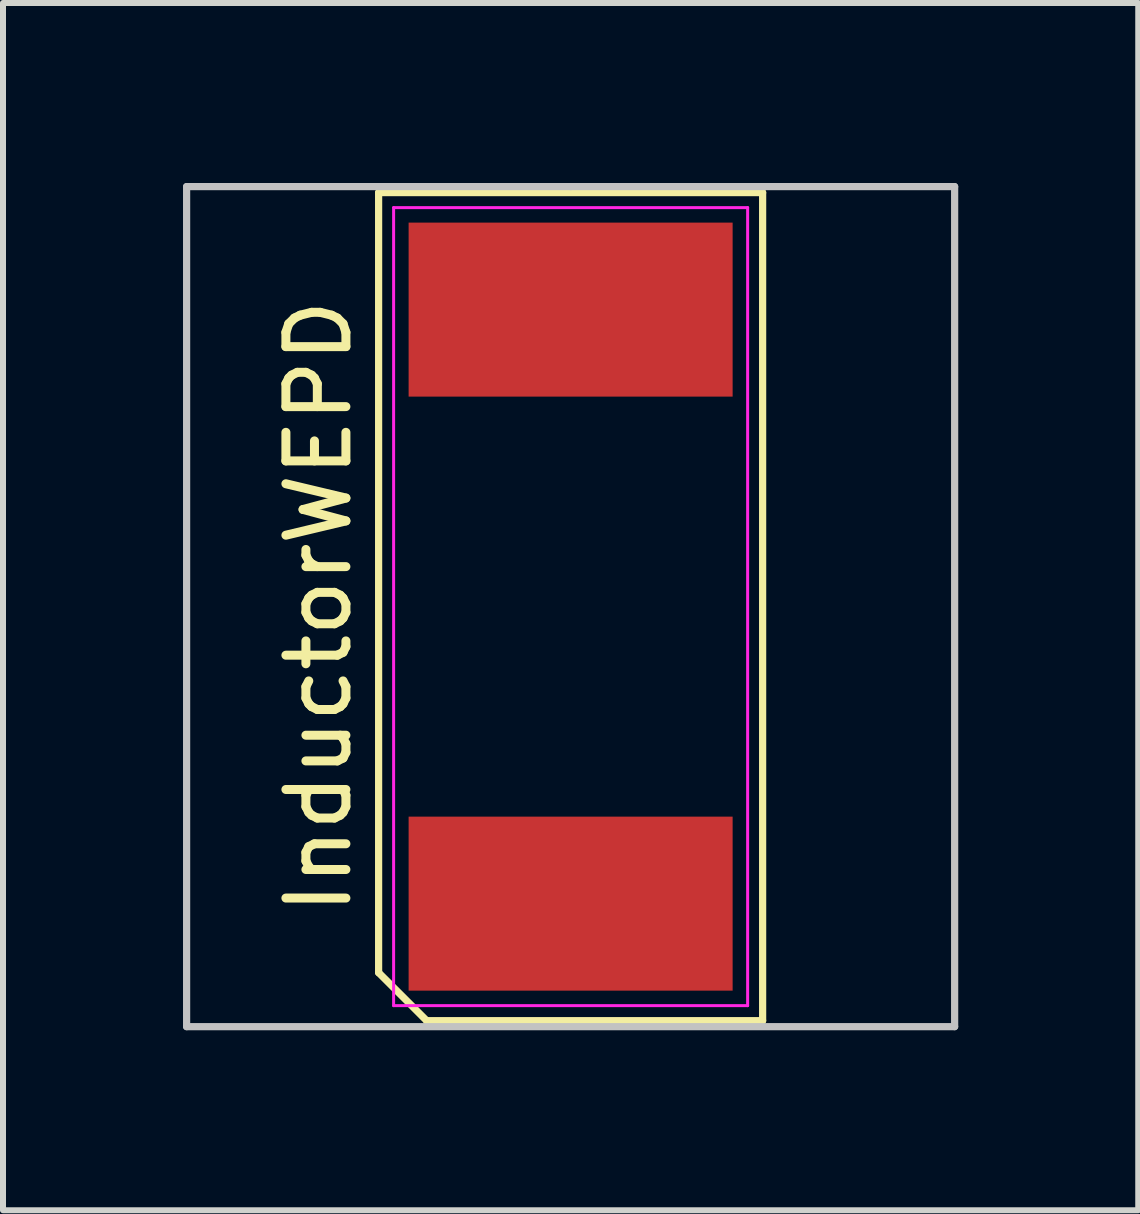
<source format=kicad_pcb>
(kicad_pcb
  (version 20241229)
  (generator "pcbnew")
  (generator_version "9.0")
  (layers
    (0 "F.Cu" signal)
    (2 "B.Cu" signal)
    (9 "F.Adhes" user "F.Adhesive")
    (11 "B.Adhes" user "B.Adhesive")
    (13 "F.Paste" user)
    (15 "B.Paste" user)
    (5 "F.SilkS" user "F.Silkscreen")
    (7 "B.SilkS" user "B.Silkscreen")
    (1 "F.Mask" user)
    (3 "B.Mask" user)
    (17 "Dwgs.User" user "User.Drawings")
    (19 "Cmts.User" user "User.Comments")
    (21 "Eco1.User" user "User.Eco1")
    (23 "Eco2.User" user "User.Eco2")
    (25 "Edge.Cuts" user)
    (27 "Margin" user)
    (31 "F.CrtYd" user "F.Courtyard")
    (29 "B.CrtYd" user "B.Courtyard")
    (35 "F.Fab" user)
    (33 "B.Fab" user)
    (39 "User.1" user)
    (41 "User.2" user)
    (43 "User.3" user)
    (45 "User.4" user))
  (footprint "InductorWEPD"
    (layer "F.Cu")
    (at 6.46 7.06)
    (property "Reference" "InductorWEPD" (at -4.2 0 90) (layer "F.SilkS") (effects (font (size 1 1) (thickness 0.15))))
    (attr smd)
    (fp_line (start -3.2 -6.9) (end 3.2 -6.9) (stroke (width 0.12) (type solid)) (layer "F.SilkS"))
    (fp_line (start -3.2 6.1) (end -3.2 -6.9) (stroke (width 0.12) (type solid)) (layer "F.SilkS"))
    (fp_line (start -2.4 6.9) (end -3.2 6.1) (stroke (width 0.12) (type solid)) (layer "F.SilkS"))
    (fp_line (start 3.2 -6.9) (end 3.2 6.9) (stroke (width 0.12) (type solid)) (layer "F.SilkS"))
    (fp_line (start 3.2 6.9) (end -2.4 6.9) (stroke (width 0.12) (type solid)) (layer "F.SilkS"))
    (fp_line (start -6.4 -7) (end -6.4 7) (stroke (width 0.12) (type solid)) (layer "Dwgs.User"))
    (fp_line (start 0 -7) (end -6.4 -7) (stroke (width 0.12) (type solid)) (layer "Dwgs.User"))
    (fp_line (start 0 -7) (end 6.4 -7) (stroke (width 0.12) (type solid)) (layer "Dwgs.User"))
    (fp_line (start 6.4 -7) (end 6.4 7) (stroke (width 0.12) (type solid)) (layer "Dwgs.User"))
    (fp_line (start 6.4 7) (end -6.4 7) (stroke (width 0.12) (type solid)) (layer "Dwgs.User"))
    (fp_line (start -2.95 -6.65) (end 2.95 -6.65) (stroke (width 0.05) (type solid)) (layer "F.CrtYd"))
    (fp_line (start -2.95 6.65) (end -2.95 -6.65) (stroke (width 0.05) (type solid)) (layer "F.CrtYd"))
    (fp_line (start 2.95 -6.65) (end 2.95 6.65) (stroke (width 0.05) (type solid)) (layer "F.CrtYd"))
    (fp_line (start 2.95 6.65) (end -2.95 6.65) (stroke (width 0.05) (type solid)) (layer "F.CrtYd"))
    (pad "1" smd rect (at 0 4.95) (size 5.4 2.9) (layers "F.Cu" "F.Mask" "F.Paste"))
    (pad "2" smd rect (at 0 -4.95) (size 5.4 2.9) (layers "F.Cu" "F.Mask" "F.Paste")))
  (gr_rect
    (start -3 -3)
    (end 15.92 17.12)
    (stroke (width 0.1) (type default))
    (fill no)
    (layer "Edge.Cuts")))
</source>
